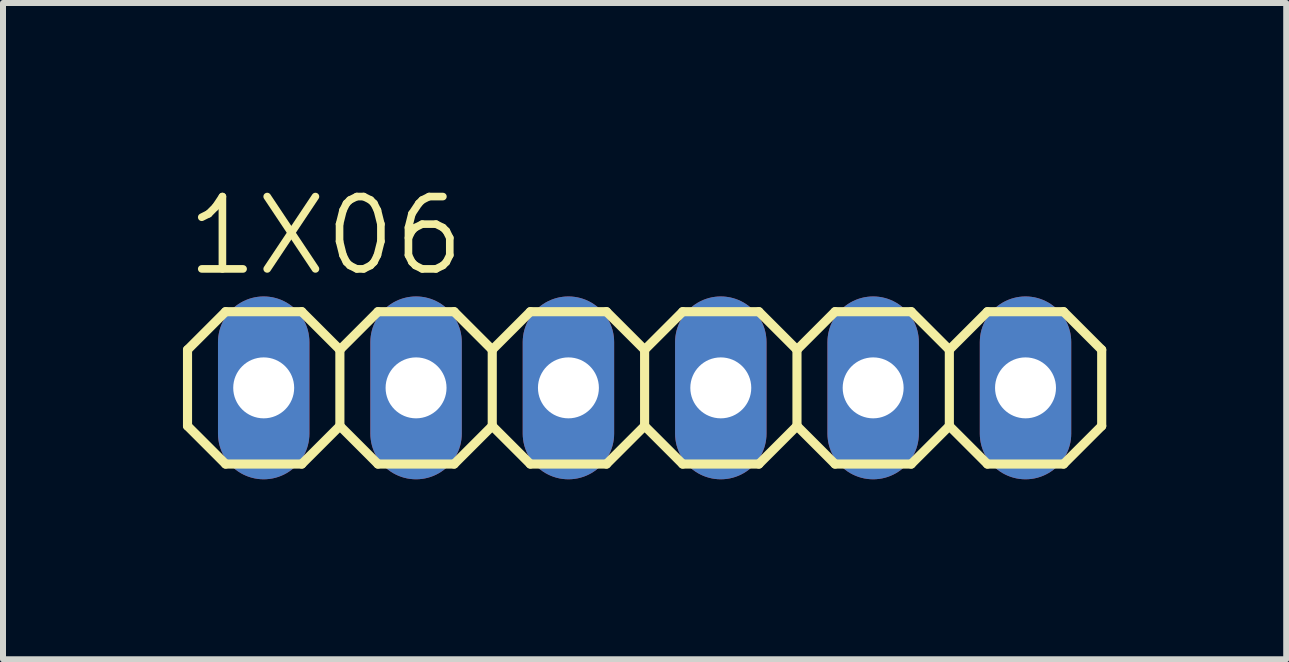
<source format=kicad_pcb>
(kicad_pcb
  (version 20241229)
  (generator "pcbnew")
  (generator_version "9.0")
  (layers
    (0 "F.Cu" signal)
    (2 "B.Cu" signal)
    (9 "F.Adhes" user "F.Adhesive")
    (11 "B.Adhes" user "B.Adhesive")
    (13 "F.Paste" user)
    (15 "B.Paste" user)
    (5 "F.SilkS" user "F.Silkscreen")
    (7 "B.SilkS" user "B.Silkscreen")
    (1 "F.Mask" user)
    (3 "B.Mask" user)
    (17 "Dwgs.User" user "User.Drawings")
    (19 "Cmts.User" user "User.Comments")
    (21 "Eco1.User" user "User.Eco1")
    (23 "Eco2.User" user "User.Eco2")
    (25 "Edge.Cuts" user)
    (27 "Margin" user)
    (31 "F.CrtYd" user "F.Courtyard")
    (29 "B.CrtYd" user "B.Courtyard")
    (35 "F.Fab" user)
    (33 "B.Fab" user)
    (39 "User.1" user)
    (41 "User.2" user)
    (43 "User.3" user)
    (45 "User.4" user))
  (footprint "1X06"
    (layer "F.Cu")
    (at 7.696 3.416)
    (property "Reference" "1X06" (at -7.696 -1.829 0) (layer "F.SilkS") (effects (font (size 1.206 1.206) (thickness 0.127)) (justify left bottom)))
    (attr through_hole)
    (fp_line (start -7.62 -0.635) (end -7.62 0.635) (stroke (width 0.152) (type solid)) (layer "F.SilkS"))
    (fp_line (start -7.62 0.635) (end -6.985 1.27) (stroke (width 0.152) (type solid)) (layer "F.SilkS"))
    (fp_line (start -6.985 -1.27) (end -7.62 -0.635) (stroke (width 0.152) (type solid)) (layer "F.SilkS"))
    (fp_line (start -6.985 -1.27) (end -5.715 -1.27) (stroke (width 0.152) (type solid)) (layer "F.SilkS"))
    (fp_line (start -5.715 -1.27) (end -5.08 -0.635) (stroke (width 0.152) (type solid)) (layer "F.SilkS"))
    (fp_line (start -5.715 1.27) (end -6.985 1.27) (stroke (width 0.152) (type solid)) (layer "F.SilkS"))
    (fp_line (start -5.08 -0.635) (end -5.08 0.635) (stroke (width 0.152) (type solid)) (layer "F.SilkS"))
    (fp_line (start -5.08 -0.635) (end -4.445 -1.27) (stroke (width 0.152) (type solid)) (layer "F.SilkS"))
    (fp_line (start -5.08 0.635) (end -5.715 1.27) (stroke (width 0.152) (type solid)) (layer "F.SilkS"))
    (fp_line (start -4.445 -1.27) (end -3.175 -1.27) (stroke (width 0.152) (type solid)) (layer "F.SilkS"))
    (fp_line (start -4.445 1.27) (end -5.08 0.635) (stroke (width 0.152) (type solid)) (layer "F.SilkS"))
    (fp_line (start -3.175 -1.27) (end -2.54 -0.635) (stroke (width 0.152) (type solid)) (layer "F.SilkS"))
    (fp_line (start -3.175 1.27) (end -4.445 1.27) (stroke (width 0.152) (type solid)) (layer "F.SilkS"))
    (fp_line (start -2.54 -0.635) (end -2.54 0.635) (stroke (width 0.152) (type solid)) (layer "F.SilkS"))
    (fp_line (start -2.54 -0.635) (end -1.905 -1.27) (stroke (width 0.152) (type solid)) (layer "F.SilkS"))
    (fp_line (start -2.54 0.635) (end -3.175 1.27) (stroke (width 0.152) (type solid)) (layer "F.SilkS"))
    (fp_line (start -1.905 -1.27) (end -0.635 -1.27) (stroke (width 0.152) (type solid)) (layer "F.SilkS"))
    (fp_line (start -1.905 1.27) (end -2.54 0.635) (stroke (width 0.152) (type solid)) (layer "F.SilkS"))
    (fp_line (start -0.635 -1.27) (end 0 -0.635) (stroke (width 0.152) (type solid)) (layer "F.SilkS"))
    (fp_line (start -0.635 1.27) (end -1.905 1.27) (stroke (width 0.152) (type solid)) (layer "F.SilkS"))
    (fp_line (start 0 -0.635) (end 0 0.635) (stroke (width 0.152) (type solid)) (layer "F.SilkS"))
    (fp_line (start 0 0.635) (end -0.635 1.27) (stroke (width 0.152) (type solid)) (layer "F.SilkS"))
    (fp_line (start 0 0.635) (end 0.635 1.27) (stroke (width 0.152) (type solid)) (layer "F.SilkS"))
    (fp_line (start 0.635 -1.27) (end 0 -0.635) (stroke (width 0.152) (type solid)) (layer "F.SilkS"))
    (fp_line (start 0.635 -1.27) (end 1.905 -1.27) (stroke (width 0.152) (type solid)) (layer "F.SilkS"))
    (fp_line (start 1.905 -1.27) (end 2.54 -0.635) (stroke (width 0.152) (type solid)) (layer "F.SilkS"))
    (fp_line (start 1.905 1.27) (end 0.635 1.27) (stroke (width 0.152) (type solid)) (layer "F.SilkS"))
    (fp_line (start 2.54 -0.635) (end 2.54 0.635) (stroke (width 0.152) (type solid)) (layer "F.SilkS"))
    (fp_line (start 2.54 -0.635) (end 3.175 -1.27) (stroke (width 0.152) (type solid)) (layer "F.SilkS"))
    (fp_line (start 2.54 0.635) (end 1.905 1.27) (stroke (width 0.152) (type solid)) (layer "F.SilkS"))
    (fp_line (start 3.175 -1.27) (end 4.445 -1.27) (stroke (width 0.152) (type solid)) (layer "F.SilkS"))
    (fp_line (start 3.175 1.27) (end 2.54 0.635) (stroke (width 0.152) (type solid)) (layer "F.SilkS"))
    (fp_line (start 4.445 -1.27) (end 5.08 -0.635) (stroke (width 0.152) (type solid)) (layer "F.SilkS"))
    (fp_line (start 4.445 1.27) (end 3.175 1.27) (stroke (width 0.152) (type solid)) (layer "F.SilkS"))
    (fp_line (start 5.08 -0.635) (end 5.08 0.635) (stroke (width 0.152) (type solid)) (layer "F.SilkS"))
    (fp_line (start 5.08 0.635) (end 4.445 1.27) (stroke (width 0.152) (type solid)) (layer "F.SilkS"))
    (fp_line (start 5.08 0.635) (end 5.715 1.27) (stroke (width 0.152) (type solid)) (layer "F.SilkS"))
    (fp_line (start 5.715 -1.27) (end 5.08 -0.635) (stroke (width 0.152) (type solid)) (layer "F.SilkS"))
    (fp_line (start 5.715 -1.27) (end 6.985 -1.27) (stroke (width 0.152) (type solid)) (layer "F.SilkS"))
    (fp_line (start 6.985 -1.27) (end 7.62 -0.635) (stroke (width 0.152) (type solid)) (layer "F.SilkS"))
    (fp_line (start 6.985 1.27) (end 5.715 1.27) (stroke (width 0.152) (type solid)) (layer "F.SilkS"))
    (fp_line (start 7.62 -0.635) (end 7.62 0.635) (stroke (width 0.152) (type solid)) (layer "F.SilkS"))
    (fp_line (start 7.62 0.635) (end 6.985 1.27) (stroke (width 0.152) (type solid)) (layer "F.SilkS"))
    (fp_poly (pts (xy -6.604 0.254) (xy -6.096 0.254) (xy -6.096 -0.254) (xy -6.604 -0.254)) (stroke (width 0.1) (type solid)) (fill no) (layer "F.Fab"))
    (fp_poly (pts (xy -4.064 0.254) (xy -3.556 0.254) (xy -3.556 -0.254) (xy -4.064 -0.254)) (stroke (width 0.1) (type solid)) (fill no) (layer "F.Fab"))
    (fp_poly (pts (xy -1.524 0.254) (xy -1.016 0.254) (xy -1.016 -0.254) (xy -1.524 -0.254)) (stroke (width 0.1) (type solid)) (fill no) (layer "F.Fab"))
    (fp_poly (pts (xy 1.016 0.254) (xy 1.524 0.254) (xy 1.524 -0.254) (xy 1.016 -0.254)) (stroke (width 0.1) (type solid)) (fill no) (layer "F.Fab"))
    (fp_poly (pts (xy 3.556 0.254) (xy 4.064 0.254) (xy 4.064 -0.254) (xy 3.556 -0.254)) (stroke (width 0.1) (type solid)) (fill no) (layer "F.Fab"))
    (fp_poly (pts (xy 6.096 0.254) (xy 6.604 0.254) (xy 6.604 -0.254) (xy 6.096 -0.254)) (stroke (width 0.1) (type solid)) (fill no) (layer "F.Fab"))
    (pad "1" thru_hole oval (at -6.35 0 90) (size 3.048 1.524) (drill 1.016) (layers "*.Cu" "*.Mask"))
    (pad "2" thru_hole oval (at -3.81 0 90) (size 3.048 1.524) (drill 1.016) (layers "*.Cu" "*.Mask"))
    (pad "3" thru_hole oval (at -1.27 0 90) (size 3.048 1.524) (drill 1.016) (layers "*.Cu" "*.Mask"))
    (pad "4" thru_hole oval (at 1.27 0 90) (size 3.048 1.524) (drill 1.016) (layers "*.Cu" "*.Mask"))
    (pad "5" thru_hole oval (at 3.81 0 90) (size 3.048 1.524) (drill 1.016) (layers "*.Cu" "*.Mask"))
    (pad "6" thru_hole oval (at 6.35 0 90) (size 3.048 1.524) (drill 1.016) (layers "*.Cu" "*.Mask")))
  (gr_rect
    (start -3 -3)
    (end 18.392 7.94)
    (stroke (width 0.1) (type default))
    (fill no)
    (layer "Edge.Cuts")))
</source>
